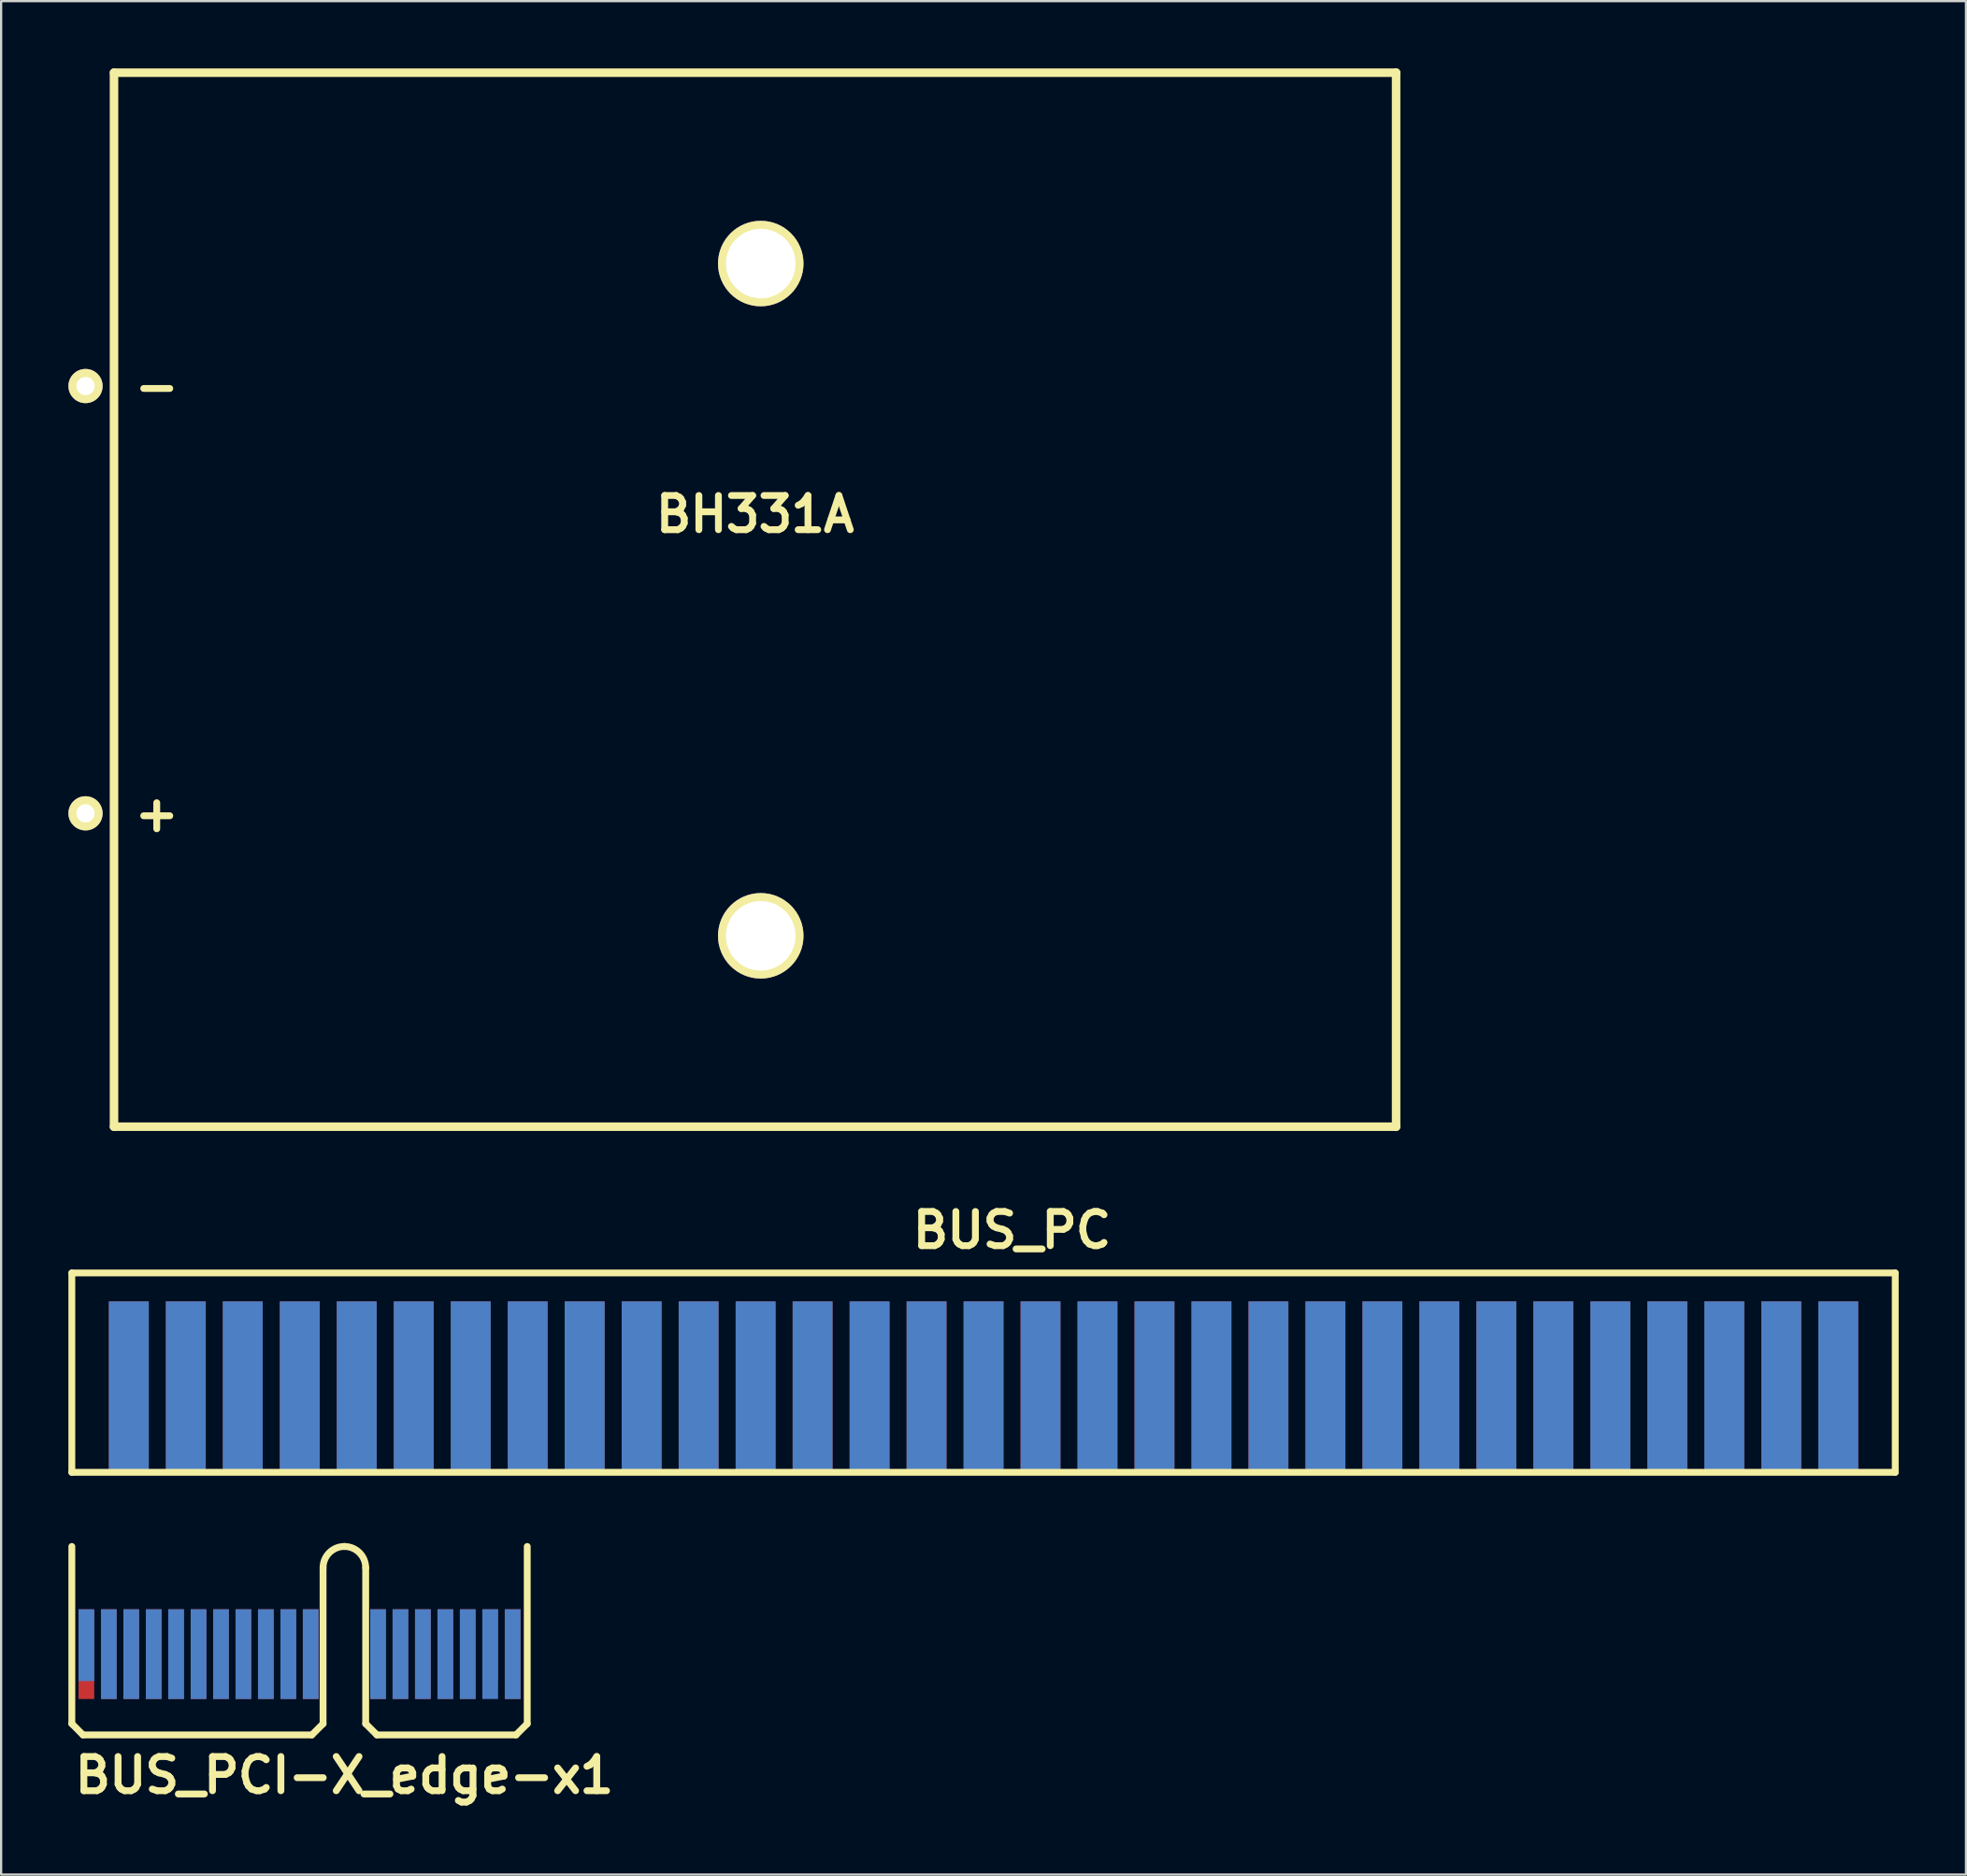
<source format=kicad_pcb>
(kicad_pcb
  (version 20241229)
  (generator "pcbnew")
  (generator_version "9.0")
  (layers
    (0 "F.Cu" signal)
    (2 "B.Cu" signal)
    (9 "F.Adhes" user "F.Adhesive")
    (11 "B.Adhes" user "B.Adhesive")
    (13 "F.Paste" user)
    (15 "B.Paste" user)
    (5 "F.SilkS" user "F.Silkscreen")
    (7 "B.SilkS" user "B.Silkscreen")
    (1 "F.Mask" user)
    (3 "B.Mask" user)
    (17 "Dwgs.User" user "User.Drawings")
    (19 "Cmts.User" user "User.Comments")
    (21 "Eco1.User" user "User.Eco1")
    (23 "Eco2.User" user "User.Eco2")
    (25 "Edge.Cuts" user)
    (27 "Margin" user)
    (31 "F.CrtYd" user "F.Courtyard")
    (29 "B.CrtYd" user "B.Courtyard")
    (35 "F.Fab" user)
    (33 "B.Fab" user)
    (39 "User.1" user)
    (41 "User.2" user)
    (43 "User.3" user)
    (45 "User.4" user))
  (footprint "BUS_PCI-X_edge-x1"
    (layer "F.Cu")
    (at 12.301 70.098)
    (property "Reference" "BUS_PCI-X_edge-x1" (at 0 5.999 0) (layer "F.SilkS") (effects (font (size 1.524 1.524) (thickness 0.305))))
    (attr through_hole)
    (fp_line (start -12.149 3.701) (end -12.149 -4.201) (stroke (width 0.305) (type solid)) (layer "F.SilkS"))
    (fp_line (start -11.651 4.201) (end -12.149 3.701) (stroke (width 0.305) (type solid)) (layer "F.SilkS"))
    (fp_line (start -1.45 4.201) (end -11.651 4.201) (stroke (width 0.305) (type solid)) (layer "F.SilkS"))
    (fp_line (start -0.95 -3.251) (end -0.95 3.701) (stroke (width 0.305) (type solid)) (layer "F.SilkS"))
    (fp_line (start -0.95 3.701) (end -1.45 4.201) (stroke (width 0.305) (type solid)) (layer "F.SilkS"))
    (fp_line (start 0.95 3.701) (end 0.95 -3.251) (stroke (width 0.305) (type solid)) (layer "F.SilkS"))
    (fp_line (start 0.95 3.701) (end 1.45 4.201) (stroke (width 0.305) (type solid)) (layer "F.SilkS"))
    (fp_line (start 1.45 4.201) (end 7.65 4.201) (stroke (width 0.305) (type solid)) (layer "F.SilkS"))
    (fp_line (start 7.65 4.201) (end 8.151 3.701) (stroke (width 0.305) (type solid)) (layer "F.SilkS"))
    (fp_line (start 8.151 3.701) (end 8.151 -4.201) (stroke (width 0.305) (type solid)) (layer "F.SilkS"))
    (fp_arc (start -0.94996 -3.2512) (mid -0.671723 -3.922923) (end 0 -4.20116) (stroke (width 0.3048) (type solid)) (layer "F.SilkS"))
    (fp_arc (start 0 -4.20116) (mid 0.671723 -3.922923) (end 0.94996 -3.2512) (stroke (width 0.3048) (type solid)) (layer "F.SilkS"))
    (pad "A1" smd rect (at -11.501 0.201) (size 0.701 3.2) (layers "F.Mask" "B.Cu" "F.Paste"))
    (pad "A2" smd rect (at -10.5 0.599) (size 0.701 4) (layers "F.Mask" "B.Cu" "F.Paste"))
    (pad "A3" smd rect (at -9.5 0.599) (size 0.701 4) (layers "F.Mask" "B.Cu" "F.Paste"))
    (pad "A4" smd rect (at -8.499 0.599) (size 0.701 4) (layers "F.Mask" "B.Cu" "F.Paste"))
    (pad "A5" smd rect (at -7.501 0.599) (size 0.701 4) (layers "F.Mask" "B.Cu" "F.Paste"))
    (pad "A6" smd rect (at -6.5 0.599) (size 0.701 4) (layers "F.Mask" "B.Cu" "F.Paste"))
    (pad "A7" smd rect (at -5.499 0.599) (size 0.701 4) (layers "F.Mask" "B.Cu" "F.Paste"))
    (pad "A8" smd rect (at -4.501 0.599) (size 0.701 4) (layers "F.Mask" "B.Cu" "F.Paste"))
    (pad "A9" smd rect (at -3.5 0.599) (size 0.701 4) (layers "F.Mask" "B.Cu" "F.Paste"))
    (pad "A10" smd rect (at -2.499 0.599) (size 0.701 4) (layers "F.Mask" "B.Cu" "F.Paste"))
    (pad "A11" smd rect (at -1.501 0.599) (size 0.701 4) (layers "F.Mask" "B.Cu" "F.Paste"))
    (pad "A12" smd rect (at 1.501 0.599) (size 0.701 4) (layers "F.Mask" "B.Cu" "F.Paste"))
    (pad "A13" smd rect (at 2.499 0.599) (size 0.701 4) (layers "F.Mask" "B.Cu" "F.Paste"))
    (pad "A14" smd rect (at 3.5 0.599) (size 0.701 4) (layers "F.Mask" "B.Cu" "F.Paste"))
    (pad "A15" smd rect (at 4.501 0.599) (size 0.701 4) (layers "F.Mask" "B.Cu" "F.Paste"))
    (pad "A16" smd rect (at 5.499 0.599) (size 0.701 4) (layers "F.Mask" "B.Cu" "F.Paste"))
    (pad "A17" smd rect (at 6.5 0.599) (size 0.701 4) (layers "F.Mask" "B.Cu" "F.Paste"))
    (pad "A18" smd rect (at 7.501 0.599) (size 0.701 4) (layers "F.Mask" "B.Cu" "F.Paste"))
    (pad "B1" smd rect (at -11.501 0.599) (size 0.701 4) (layers "F.Cu" "F.Mask" "F.Paste"))
    (pad "B2" smd rect (at -10.5 0.599) (size 0.701 4) (layers "F.Cu" "F.Mask" "F.Paste"))
    (pad "B3" smd rect (at -9.5 0.599) (size 0.701 4) (layers "F.Cu" "F.Mask" "F.Paste"))
    (pad "B4" smd rect (at -8.499 0.599) (size 0.701 4) (layers "F.Cu" "F.Mask" "F.Paste"))
    (pad "B5" smd rect (at -7.501 0.599) (size 0.701 4) (layers "F.Cu" "F.Mask" "F.Paste"))
    (pad "B6" smd rect (at -6.5 0.599) (size 0.701 4) (layers "F.Cu" "F.Mask" "F.Paste"))
    (pad "B7" smd rect (at -5.499 0.599) (size 0.701 4) (layers "F.Cu" "F.Mask" "F.Paste"))
    (pad "B8" smd rect (at -4.501 0.599) (size 0.701 4) (layers "F.Cu" "F.Mask" "F.Paste"))
    (pad "B9" smd rect (at -3.5 0.599) (size 0.701 4) (layers "F.Cu" "F.Mask" "F.Paste"))
    (pad "B10" smd rect (at -2.499 0.599) (size 0.701 4) (layers "F.Cu" "F.Mask" "F.Paste"))
    (pad "B11" smd rect (at -1.501 0.599) (size 0.701 4) (layers "F.Cu" "F.Mask" "F.Paste"))
    (pad "B12" smd rect (at 1.501 0.599) (size 0.701 4) (layers "F.Cu" "F.Mask" "F.Paste"))
    (pad "B13" smd rect (at 2.499 0.599) (size 0.701 4) (layers "F.Cu" "F.Mask" "F.Paste"))
    (pad "B14" smd rect (at 3.5 0.599) (size 0.701 4) (layers "F.Cu" "F.Mask" "F.Paste"))
    (pad "B15" smd rect (at 4.501 0.599) (size 0.701 4) (layers "F.Cu" "F.Mask" "F.Paste"))
    (pad "B16" smd rect (at 5.499 0.599) (size 0.701 4) (layers "F.Cu" "F.Mask" "F.Paste"))
    (pad "B17" smd rect (at 6.5 0.201) (size 0.701 3.2) (layers "F.Cu" "F.Mask" "F.Paste"))
    (pad "B18" smd rect (at 7.501 0.599) (size 0.701 4) (layers "F.Cu" "F.Mask" "F.Paste")))
  (footprint "BH331A"
    (layer "F.Cu")
    (at 30.607 23.686)
    (property "Reference" "BH331A" (at 0 -3.81 0) (layer "F.SilkS") (effects (font (size 1.524 1.524) (thickness 0.305))))
    (attr through_hole)
    (fp_line (start -28.575 -23.495) (end -28.575 23.495) (stroke (width 0.381) (type solid)) (layer "F.SilkS"))
    (fp_line (start -28.575 23.495) (end 28.575 23.495) (stroke (width 0.381) (type solid)) (layer "F.SilkS"))
    (fp_line (start 28.575 -23.495) (end -28.575 -23.495) (stroke (width 0.381) (type solid)) (layer "F.SilkS"))
    (fp_line (start 28.575 23.495) (end 28.575 -23.495) (stroke (width 0.381) (type solid)) (layer "F.SilkS"))
    (fp_text user "+" (at -26.67 9.525 0) (layer "F.SilkS") (effects (font (size 1.524 1.524) (thickness 0.305))))
    (fp_text user "-" (at -26.67 -9.525 0) (layer "F.SilkS") (effects (font (size 1.524 1.524) (thickness 0.305))))
    (pad "1" thru_hole circle (at -29.845 -9.525) (size 1.524 1.524) (drill 0.813) (layers "*.Cu" "*.Mask" "F.SilkS"))
    (pad "2" thru_hole circle (at -29.845 9.525) (size 1.524 1.524) (drill 0.813) (layers "*.Cu" "*.Mask" "F.SilkS"))
    (pad "2" thru_hole circle (at 0.254 -14.986) (size 3.81 3.81) (drill 3.099) (layers "*.Cu" "*.Mask" "F.SilkS"))
    (pad "3" thru_hole circle (at 0.254 14.986) (size 3.81 3.81) (drill 3.099) (layers "*.Cu" "*.Mask" "F.SilkS")))
  (footprint "BUS_PC"
    (layer "F.Cu")
    (at 40.792 58.782)
    (property "Reference" "BUS_PC" (at 1.27 -6.985 0) (layer "F.SilkS") (effects (font (size 1.524 1.524) (thickness 0.305))))
    (attr through_hole)
    (fp_line (start -40.64 -5.08) (end 40.64 -5.08) (stroke (width 0.305) (type solid)) (layer "F.SilkS"))
    (fp_line (start -40.64 3.81) (end -40.64 -5.08) (stroke (width 0.305) (type solid)) (layer "F.SilkS"))
    (fp_line (start 40.64 -5.08) (end 40.64 3.81) (stroke (width 0.305) (type solid)) (layer "F.SilkS"))
    (fp_line (start 40.64 3.81) (end -40.64 3.81) (stroke (width 0.305) (type solid)) (layer "F.SilkS"))
    (pad "1" connect rect (at 38.1 0) (size 1.778 7.62) (layers "B.Cu" "B.Mask"))
    (pad "2" connect rect (at 35.56 0) (size 1.778 7.62) (layers "B.Cu" "B.Mask"))
    (pad "3" connect rect (at 33.02 0) (size 1.778 7.62) (layers "B.Cu" "B.Mask"))
    (pad "4" connect rect (at 30.48 0) (size 1.778 7.62) (layers "B.Cu" "B.Mask"))
    (pad "5" connect rect (at 27.94 0) (size 1.778 7.62) (layers "B.Cu" "B.Mask"))
    (pad "6" connect rect (at 25.4 0) (size 1.778 7.62) (layers "B.Cu" "B.Mask"))
    (pad "7" connect rect (at 22.86 0) (size 1.778 7.62) (layers "B.Cu" "B.Mask"))
    (pad "8" connect rect (at 20.32 0) (size 1.778 7.62) (layers "B.Cu" "B.Mask"))
    (pad "9" connect rect (at 17.78 0) (size 1.778 7.62) (layers "B.Cu" "B.Mask"))
    (pad "10" connect rect (at 15.24 0) (size 1.778 7.62) (layers "B.Cu" "B.Mask"))
    (pad "11" connect rect (at 12.7 0) (size 1.778 7.62) (layers "B.Cu" "B.Mask"))
    (pad "12" connect rect (at 10.16 0) (size 1.778 7.62) (layers "B.Cu" "B.Mask"))
    (pad "13" connect rect (at 7.62 0) (size 1.778 7.62) (layers "B.Cu" "B.Mask"))
    (pad "14" connect rect (at 5.08 0) (size 1.778 7.62) (layers "B.Cu" "B.Mask"))
    (pad "15" connect rect (at 2.54 0) (size 1.778 7.62) (layers "B.Cu" "B.Mask"))
    (pad "16" connect rect (at 0 0) (size 1.778 7.62) (layers "B.Cu" "B.Mask"))
    (pad "17" connect rect (at -2.54 0) (size 1.778 7.62) (layers "B.Cu" "B.Mask"))
    (pad "18" connect rect (at -5.08 0) (size 1.778 7.62) (layers "B.Cu" "B.Mask"))
    (pad "19" connect rect (at -7.62 0) (size 1.778 7.62) (layers "B.Cu" "B.Mask"))
    (pad "20" connect rect (at -10.16 0) (size 1.778 7.62) (layers "B.Cu" "B.Mask"))
    (pad "21" connect rect (at -12.7 0) (size 1.778 7.62) (layers "B.Cu" "B.Mask"))
    (pad "22" connect rect (at -15.24 0) (size 1.778 7.62) (layers "B.Cu" "B.Mask"))
    (pad "23" connect rect (at -17.78 0) (size 1.778 7.62) (layers "B.Cu" "B.Mask"))
    (pad "24" connect rect (at -20.32 0) (size 1.778 7.62) (layers "B.Cu" "B.Mask"))
    (pad "25" connect rect (at -22.86 0) (size 1.778 7.62) (layers "B.Cu" "B.Mask"))
    (pad "26" connect rect (at -25.4 0) (size 1.778 7.62) (layers "B.Cu" "B.Mask"))
    (pad "27" connect rect (at -27.94 0) (size 1.778 7.62) (layers "B.Cu" "B.Mask"))
    (pad "28" connect rect (at -30.48 0) (size 1.778 7.62) (layers "B.Cu" "B.Mask"))
    (pad "29" connect rect (at -33.02 0) (size 1.778 7.62) (layers "B.Cu" "B.Mask"))
    (pad "30" connect rect (at -35.56 0) (size 1.778 7.62) (layers "B.Cu" "B.Mask"))
    (pad "31" connect rect (at -38.1 0) (size 1.778 7.62) (layers "B.Cu" "B.Mask"))
    (pad "32" connect rect (at 38.1 0) (size 1.778 7.62) (layers "F.Cu" "F.Mask"))
    (pad "33" connect rect (at 35.56 0) (size 1.778 7.62) (layers "F.Cu" "F.Mask"))
    (pad "34" connect rect (at 33.02 0) (size 1.778 7.62) (layers "F.Cu" "F.Mask"))
    (pad "35" connect rect (at 30.48 0) (size 1.778 7.62) (layers "F.Cu" "F.Mask"))
    (pad "36" connect rect (at 27.94 0) (size 1.778 7.62) (layers "F.Cu" "F.Mask"))
    (pad "37" connect rect (at 25.4 0) (size 1.778 7.62) (layers "F.Cu" "F.Mask"))
    (pad "38" connect rect (at 22.86 0) (size 1.778 7.62) (layers "F.Cu" "F.Mask"))
    (pad "39" connect rect (at 20.32 0) (size 1.778 7.62) (layers "F.Cu" "F.Mask"))
    (pad "40" connect rect (at 17.78 0) (size 1.778 7.62) (layers "F.Cu" "F.Mask"))
    (pad "41" connect rect (at 15.24 0) (size 1.778 7.62) (layers "F.Cu" "F.Mask"))
    (pad "42" connect rect (at 12.7 0) (size 1.778 7.62) (layers "F.Cu" "F.Mask"))
    (pad "43" connect rect (at 10.16 0) (size 1.778 7.62) (layers "F.Cu" "F.Mask"))
    (pad "44" connect rect (at 7.62 0) (size 1.778 7.62) (layers "F.Cu" "F.Mask"))
    (pad "45" connect rect (at 5.08 0) (size 1.778 7.62) (layers "F.Cu" "F.Mask"))
    (pad "46" connect rect (at 2.54 0) (size 1.778 7.62) (layers "F.Cu" "F.Mask"))
    (pad "47" connect rect (at 0 0) (size 1.778 7.62) (layers "F.Cu" "F.Mask"))
    (pad "48" connect rect (at -2.54 0) (size 1.778 7.62) (layers "F.Cu" "F.Mask"))
    (pad "49" connect rect (at -5.08 0) (size 1.778 7.62) (layers "F.Cu" "F.Mask"))
    (pad "50" connect rect (at -7.62 0) (size 1.778 7.62) (layers "F.Cu" "F.Mask"))
    (pad "51" connect rect (at -10.16 0) (size 1.778 7.62) (layers "F.Cu" "F.Mask"))
    (pad "52" connect rect (at -12.7 0) (size 1.778 7.62) (layers "F.Cu" "F.Mask"))
    (pad "53" connect rect (at -15.24 0) (size 1.778 7.62) (layers "F.Cu" "F.Mask"))
    (pad "54" connect rect (at -17.78 0) (size 1.778 7.62) (layers "F.Cu" "F.Mask"))
    (pad "55" connect rect (at -20.32 0) (size 1.778 7.62) (layers "F.Cu" "F.Mask"))
    (pad "56" connect rect (at -22.86 0) (size 1.778 7.62) (layers "F.Cu" "F.Mask"))
    (pad "57" connect rect (at -25.4 0) (size 1.778 7.62) (layers "F.Cu" "F.Mask"))
    (pad "58" connect rect (at -27.94 0) (size 1.778 7.62) (layers "F.Cu" "F.Mask"))
    (pad "59" connect rect (at -30.48 0) (size 1.778 7.62) (layers "F.Cu" "F.Mask"))
    (pad "60" connect rect (at -33.02 0) (size 1.778 7.62) (layers "F.Cu" "F.Mask"))
    (pad "61" connect rect (at -35.56 0) (size 1.778 7.62) (layers "F.Cu" "F.Mask"))
    (pad "62" connect rect (at -38.1 0) (size 1.778 7.62) (layers "F.Cu" "F.Mask")))
  (gr_rect
    (start -3 -3)
    (end 84.585 80.524)
    (stroke (width 0.1) (type default))
    (fill no)
    (layer "Edge.Cuts")))
</source>
